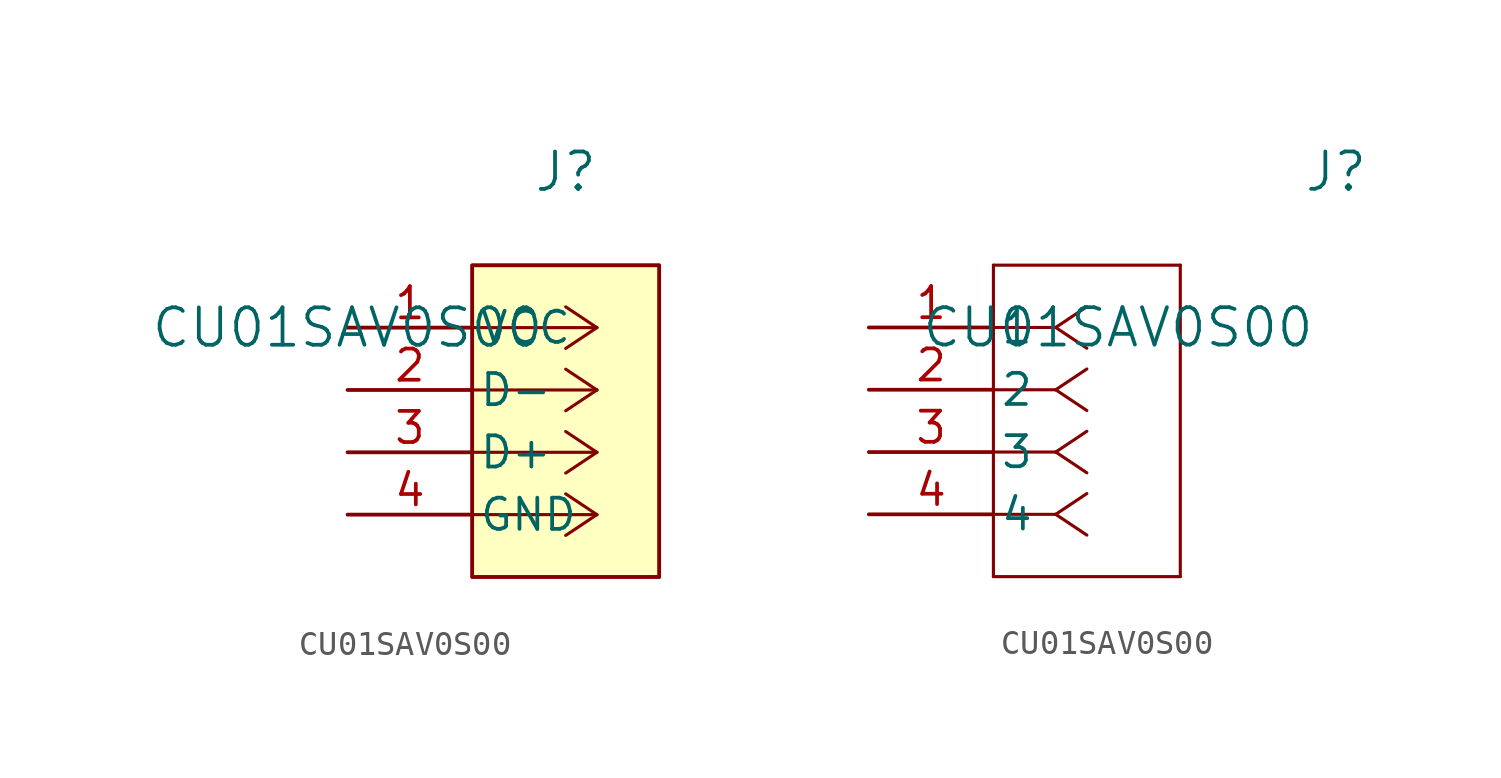
<source format=kicad_sym>
(kicad_symbol_lib
  (version 20241209)
  (generator "kicad_symbol_editor")
  (generator_version "9.0")
  (symbol "CU01SAV0S00"
    (pin_names
      (offset 0.254))
    (property "Reference" "J"
      (at 19.05 6.35 0)
      (effects (font (size 1.524 1.524))))
    (property "Value" "CU01SAV0S00"
      (at 10.16 0 0)
      (effects (font (size 1.524 1.524))))
    (property "ki_locked" ""
      (at 0 0 0)
      (effects (font (size 1.27 1.27))))
    (symbol "CU01SAV0S00_1_1"
      (polyline (pts (xy 15.24 2.54) (xy 15.24 -10.16)) (stroke (width 0.127) (type default)) (fill (type none)))
      (rectangle (start 15.24 2.54) (end 22.86 -10.16) (stroke (width 0) (type solid)) (fill (type background)))
      (polyline (pts (xy 15.24 -10.16) (xy 22.86 -10.16)) (stroke (width 0.127) (type default)) (fill (type none)))
      (polyline (pts (xy 20.32 0) (xy 15.24 0)) (stroke (width 0.127) (type default)) (fill (type none)))
      (polyline (pts (xy 20.32 0) (xy 19.05 0.847)) (stroke (width 0.127) (type default)) (fill (type none)))
      (polyline (pts (xy 20.32 0) (xy 19.05 -0.847)) (stroke (width 0.127) (type default)) (fill (type none)))
      (polyline (pts (xy 20.32 -2.54) (xy 15.24 -2.54)) (stroke (width 0.127) (type default)) (fill (type none)))
      (polyline (pts (xy 20.32 -2.54) (xy 19.05 -1.693)) (stroke (width 0.127) (type default)) (fill (type none)))
      (polyline (pts (xy 20.32 -2.54) (xy 19.05 -3.387)) (stroke (width 0.127) (type default)) (fill (type none)))
      (polyline (pts (xy 20.32 -5.08) (xy 15.24 -5.08)) (stroke (width 0.127) (type default)) (fill (type none)))
      (polyline (pts (xy 20.32 -5.08) (xy 19.05 -4.233)) (stroke (width 0.127) (type default)) (fill (type none)))
      (polyline (pts (xy 20.32 -5.08) (xy 19.05 -5.927)) (stroke (width 0.127) (type default)) (fill (type none)))
      (polyline (pts (xy 20.32 -7.62) (xy 15.24 -7.62)) (stroke (width 0.127) (type default)) (fill (type none)))
      (polyline (pts (xy 20.32 -7.62) (xy 19.05 -6.773)) (stroke (width 0.127) (type default)) (fill (type none)))
      (polyline (pts (xy 20.32 -7.62) (xy 19.05 -8.467)) (stroke (width 0.127) (type default)) (fill (type none)))
      (polyline (pts (xy 22.86 2.54) (xy 15.24 2.54)) (stroke (width 0.127) (type default)) (fill (type none)))
      (polyline (pts (xy 22.86 -10.16) (xy 22.86 2.54)) (stroke (width 0.127) (type default)) (fill (type none)))
      (pin power_in line (at 10.16 0 0) (length 5.08) (name "VCC" (effects (font (size 1.27 1.27)))) (number "1" (effects (font (size 1.27 1.27)))))
      (pin bidirectional line (at 10.16 -2.54 0) (length 5.08) (name "D-" (effects (font (size 1.27 1.27)))) (number "2" (effects (font (size 1.27 1.27)))))
      (pin bidirectional line (at 10.16 -5.08 0) (length 5.08) (name "D+" (effects (font (size 1.27 1.27)))) (number "3" (effects (font (size 1.27 1.27)))))
      (pin power_in line (at 10.16 -7.62 0) (length 5.08) (name "GND" (effects (font (size 1.27 1.27)))) (number "4" (effects (font (size 1.27 1.27))))))
    (symbol "CU01SAV0S00_1_2"
      (polyline (pts (xy 5.08 2.54) (xy 5.08 -10.16)) (stroke (width 0.127) (type default)) (fill (type none)))
      (polyline (pts (xy 5.08 -10.16) (xy 12.7 -10.16)) (stroke (width 0.127) (type default)) (fill (type none)))
      (polyline (pts (xy 7.62 0) (xy 5.08 0)) (stroke (width 0.127) (type default)) (fill (type none)))
      (polyline (pts (xy 7.62 0) (xy 8.89 0.847)) (stroke (width 0.127) (type default)) (fill (type none)))
      (polyline (pts (xy 7.62 0) (xy 8.89 -0.847)) (stroke (width 0.127) (type default)) (fill (type none)))
      (polyline (pts (xy 7.62 -2.54) (xy 5.08 -2.54)) (stroke (width 0.127) (type default)) (fill (type none)))
      (polyline (pts (xy 7.62 -2.54) (xy 8.89 -1.693)) (stroke (width 0.127) (type default)) (fill (type none)))
      (polyline (pts (xy 7.62 -2.54) (xy 8.89 -3.387)) (stroke (width 0.127) (type default)) (fill (type none)))
      (polyline (pts (xy 7.62 -5.08) (xy 5.08 -5.08)) (stroke (width 0.127) (type default)) (fill (type none)))
      (polyline (pts (xy 7.62 -5.08) (xy 8.89 -4.233)) (stroke (width 0.127) (type default)) (fill (type none)))
      (polyline (pts (xy 7.62 -5.08) (xy 8.89 -5.927)) (stroke (width 0.127) (type default)) (fill (type none)))
      (polyline (pts (xy 7.62 -7.62) (xy 5.08 -7.62)) (stroke (width 0.127) (type default)) (fill (type none)))
      (polyline (pts (xy 7.62 -7.62) (xy 8.89 -6.773)) (stroke (width 0.127) (type default)) (fill (type none)))
      (polyline (pts (xy 7.62 -7.62) (xy 8.89 -8.467)) (stroke (width 0.127) (type default)) (fill (type none)))
      (polyline (pts (xy 12.7 2.54) (xy 5.08 2.54)) (stroke (width 0.127) (type default)) (fill (type none)))
      (polyline (pts (xy 12.7 -10.16) (xy 12.7 2.54)) (stroke (width 0.127) (type default)) (fill (type none)))
      (pin unspecified line (at 0 0 0) (length 5.08) (name "1" (effects (font (size 1.27 1.27)))) (number "1" (effects (font (size 1.27 1.27)))))
      (pin unspecified line (at 0 -2.54 0) (length 5.08) (name "2" (effects (font (size 1.27 1.27)))) (number "2" (effects (font (size 1.27 1.27)))))
      (pin unspecified line (at 0 -5.08 0) (length 5.08) (name "3" (effects (font (size 1.27 1.27)))) (number "3" (effects (font (size 1.27 1.27)))))
      (pin unspecified line (at 0 -7.62 0) (length 5.08) (name "4" (effects (font (size 1.27 1.27)))) (number "4" (effects (font (size 1.27 1.27))))))))
</source>
